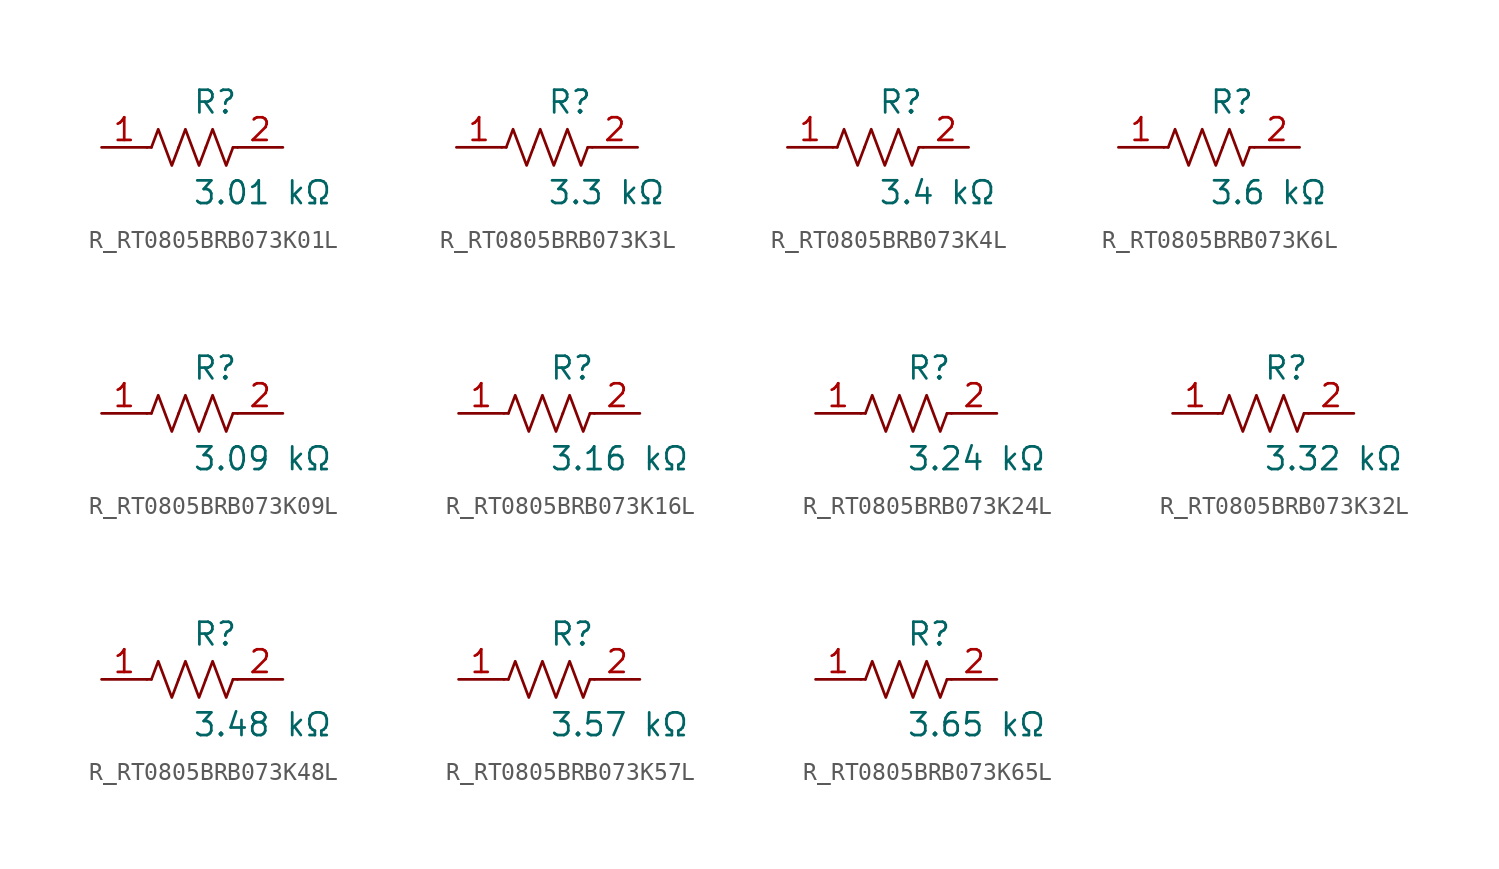
<source format=kicad_sym>
(kicad_symbol_lib
  (version 20231120)
  (generator kicad_symbol_editor)
  (generator_version 8.0)
  (symbol "R_RT0805BRB073K01L"
    (pin_names
      (offset 0.254))
    (property "Reference" "R"
      (at 0 2.54 0)
      (effects (font (size 1.27 1.27)) (justify left)))
    (property "Value" "3.01 kΩ"
      (at 0 -2.54 0)
      (effects (font (size 1.27 1.27)) (justify left)))
    (symbol "R_RT0805BRB073K01L_0_1"
      (polyline (pts (xy 2.286 0) (xy 2.54 0)) (stroke (width 0) (type default)) (fill (type none)))
      (polyline (pts (xy -2.286 0) (xy -2.54 0)) (stroke (width 0) (type default)) (fill (type none)))
      (polyline (pts (xy 0.762 0) (xy 1.143 1.016) (xy 1.524 0) (xy 1.905 -1.016) (xy 2.286 0)) (stroke (width 0) (type default)) (fill (type none)))
      (polyline (pts (xy -0.762 0) (xy -0.381 1.016) (xy 0 0) (xy 0.381 -1.016) (xy 0.762 0)) (stroke (width 0) (type default)) (fill (type none)))
      (polyline (pts (xy -2.286 0) (xy -1.905 1.016) (xy -1.524 0) (xy -1.143 -1.016) (xy -0.762 0)) (stroke (width 0) (type default)) (fill (type none))))
    (pin unspecified line
      (at -5.08 0 0)
      (length 2.54)
      (name "" (effects (font (size 1.27 1.27))))
      (number "1" (effects (font (size 1.27 1.27)))))
    (pin unspecified line
      (at 5.08 0 180)
      (length 2.54)
      (name "" (effects (font (size 1.27 1.27))))
      (number "2" (effects (font (size 1.27 1.27))))))
  (symbol "R_RT0805BRB073K3L"
    (pin_names
      (offset 0.254))
    (property "Reference" "R"
      (at 0 2.54 0)
      (effects (font (size 1.27 1.27)) (justify left)))
    (property "Value" "3.3 kΩ"
      (at 0 -2.54 0)
      (effects (font (size 1.27 1.27)) (justify left)))
    (symbol "R_RT0805BRB073K3L_0_1"
      (polyline (pts (xy 2.286 0) (xy 2.54 0)) (stroke (width 0) (type default)) (fill (type none)))
      (polyline (pts (xy -2.286 0) (xy -2.54 0)) (stroke (width 0) (type default)) (fill (type none)))
      (polyline (pts (xy 0.762 0) (xy 1.143 1.016) (xy 1.524 0) (xy 1.905 -1.016) (xy 2.286 0)) (stroke (width 0) (type default)) (fill (type none)))
      (polyline (pts (xy -0.762 0) (xy -0.381 1.016) (xy 0 0) (xy 0.381 -1.016) (xy 0.762 0)) (stroke (width 0) (type default)) (fill (type none)))
      (polyline (pts (xy -2.286 0) (xy -1.905 1.016) (xy -1.524 0) (xy -1.143 -1.016) (xy -0.762 0)) (stroke (width 0) (type default)) (fill (type none))))
    (pin unspecified line
      (at -5.08 0 0)
      (length 2.54)
      (name "" (effects (font (size 1.27 1.27))))
      (number "1" (effects (font (size 1.27 1.27)))))
    (pin unspecified line
      (at 5.08 0 180)
      (length 2.54)
      (name "" (effects (font (size 1.27 1.27))))
      (number "2" (effects (font (size 1.27 1.27))))))
  (symbol "R_RT0805BRB073K4L"
    (pin_names
      (offset 0.254))
    (property "Reference" "R"
      (at 0 2.54 0)
      (effects (font (size 1.27 1.27)) (justify left)))
    (property "Value" "3.4 kΩ"
      (at 0 -2.54 0)
      (effects (font (size 1.27 1.27)) (justify left)))
    (symbol "R_RT0805BRB073K4L_0_1"
      (polyline (pts (xy 2.286 0) (xy 2.54 0)) (stroke (width 0) (type default)) (fill (type none)))
      (polyline (pts (xy -2.286 0) (xy -2.54 0)) (stroke (width 0) (type default)) (fill (type none)))
      (polyline (pts (xy 0.762 0) (xy 1.143 1.016) (xy 1.524 0) (xy 1.905 -1.016) (xy 2.286 0)) (stroke (width 0) (type default)) (fill (type none)))
      (polyline (pts (xy -0.762 0) (xy -0.381 1.016) (xy 0 0) (xy 0.381 -1.016) (xy 0.762 0)) (stroke (width 0) (type default)) (fill (type none)))
      (polyline (pts (xy -2.286 0) (xy -1.905 1.016) (xy -1.524 0) (xy -1.143 -1.016) (xy -0.762 0)) (stroke (width 0) (type default)) (fill (type none))))
    (pin unspecified line
      (at -5.08 0 0)
      (length 2.54)
      (name "" (effects (font (size 1.27 1.27))))
      (number "1" (effects (font (size 1.27 1.27)))))
    (pin unspecified line
      (at 5.08 0 180)
      (length 2.54)
      (name "" (effects (font (size 1.27 1.27))))
      (number "2" (effects (font (size 1.27 1.27))))))
  (symbol "R_RT0805BRB073K6L"
    (pin_names
      (offset 0.254))
    (property "Reference" "R"
      (at 0 2.54 0)
      (effects (font (size 1.27 1.27)) (justify left)))
    (property "Value" "3.6 kΩ"
      (at 0 -2.54 0)
      (effects (font (size 1.27 1.27)) (justify left)))
    (symbol "R_RT0805BRB073K6L_0_1"
      (polyline (pts (xy 2.286 0) (xy 2.54 0)) (stroke (width 0) (type default)) (fill (type none)))
      (polyline (pts (xy -2.286 0) (xy -2.54 0)) (stroke (width 0) (type default)) (fill (type none)))
      (polyline (pts (xy 0.762 0) (xy 1.143 1.016) (xy 1.524 0) (xy 1.905 -1.016) (xy 2.286 0)) (stroke (width 0) (type default)) (fill (type none)))
      (polyline (pts (xy -0.762 0) (xy -0.381 1.016) (xy 0 0) (xy 0.381 -1.016) (xy 0.762 0)) (stroke (width 0) (type default)) (fill (type none)))
      (polyline (pts (xy -2.286 0) (xy -1.905 1.016) (xy -1.524 0) (xy -1.143 -1.016) (xy -0.762 0)) (stroke (width 0) (type default)) (fill (type none))))
    (pin unspecified line
      (at -5.08 0 0)
      (length 2.54)
      (name "" (effects (font (size 1.27 1.27))))
      (number "1" (effects (font (size 1.27 1.27)))))
    (pin unspecified line
      (at 5.08 0 180)
      (length 2.54)
      (name "" (effects (font (size 1.27 1.27))))
      (number "2" (effects (font (size 1.27 1.27))))))
  (symbol "R_RT0805BRB073K09L"
    (pin_names
      (offset 0.254))
    (property "Reference" "R"
      (at 0 2.54 0)
      (effects (font (size 1.27 1.27)) (justify left)))
    (property "Value" "3.09 kΩ"
      (at 0 -2.54 0)
      (effects (font (size 1.27 1.27)) (justify left)))
    (symbol "R_RT0805BRB073K09L_0_1"
      (polyline (pts (xy 2.286 0) (xy 2.54 0)) (stroke (width 0) (type default)) (fill (type none)))
      (polyline (pts (xy -2.286 0) (xy -2.54 0)) (stroke (width 0) (type default)) (fill (type none)))
      (polyline (pts (xy 0.762 0) (xy 1.143 1.016) (xy 1.524 0) (xy 1.905 -1.016) (xy 2.286 0)) (stroke (width 0) (type default)) (fill (type none)))
      (polyline (pts (xy -0.762 0) (xy -0.381 1.016) (xy 0 0) (xy 0.381 -1.016) (xy 0.762 0)) (stroke (width 0) (type default)) (fill (type none)))
      (polyline (pts (xy -2.286 0) (xy -1.905 1.016) (xy -1.524 0) (xy -1.143 -1.016) (xy -0.762 0)) (stroke (width 0) (type default)) (fill (type none))))
    (pin unspecified line
      (at -5.08 0 0)
      (length 2.54)
      (name "" (effects (font (size 1.27 1.27))))
      (number "1" (effects (font (size 1.27 1.27)))))
    (pin unspecified line
      (at 5.08 0 180)
      (length 2.54)
      (name "" (effects (font (size 1.27 1.27))))
      (number "2" (effects (font (size 1.27 1.27))))))
  (symbol "R_RT0805BRB073K16L"
    (pin_names
      (offset 0.254))
    (property "Reference" "R"
      (at 0 2.54 0)
      (effects (font (size 1.27 1.27)) (justify left)))
    (property "Value" "3.16 kΩ"
      (at 0 -2.54 0)
      (effects (font (size 1.27 1.27)) (justify left)))
    (symbol "R_RT0805BRB073K16L_0_1"
      (polyline (pts (xy 2.286 0) (xy 2.54 0)) (stroke (width 0) (type default)) (fill (type none)))
      (polyline (pts (xy -2.286 0) (xy -2.54 0)) (stroke (width 0) (type default)) (fill (type none)))
      (polyline (pts (xy 0.762 0) (xy 1.143 1.016) (xy 1.524 0) (xy 1.905 -1.016) (xy 2.286 0)) (stroke (width 0) (type default)) (fill (type none)))
      (polyline (pts (xy -0.762 0) (xy -0.381 1.016) (xy 0 0) (xy 0.381 -1.016) (xy 0.762 0)) (stroke (width 0) (type default)) (fill (type none)))
      (polyline (pts (xy -2.286 0) (xy -1.905 1.016) (xy -1.524 0) (xy -1.143 -1.016) (xy -0.762 0)) (stroke (width 0) (type default)) (fill (type none))))
    (pin unspecified line
      (at -5.08 0 0)
      (length 2.54)
      (name "" (effects (font (size 1.27 1.27))))
      (number "1" (effects (font (size 1.27 1.27)))))
    (pin unspecified line
      (at 5.08 0 180)
      (length 2.54)
      (name "" (effects (font (size 1.27 1.27))))
      (number "2" (effects (font (size 1.27 1.27))))))
  (symbol "R_RT0805BRB073K24L"
    (pin_names
      (offset 0.254))
    (property "Reference" "R"
      (at 0 2.54 0)
      (effects (font (size 1.27 1.27)) (justify left)))
    (property "Value" "3.24 kΩ"
      (at 0 -2.54 0)
      (effects (font (size 1.27 1.27)) (justify left)))
    (symbol "R_RT0805BRB073K24L_0_1"
      (polyline (pts (xy 2.286 0) (xy 2.54 0)) (stroke (width 0) (type default)) (fill (type none)))
      (polyline (pts (xy -2.286 0) (xy -2.54 0)) (stroke (width 0) (type default)) (fill (type none)))
      (polyline (pts (xy 0.762 0) (xy 1.143 1.016) (xy 1.524 0) (xy 1.905 -1.016) (xy 2.286 0)) (stroke (width 0) (type default)) (fill (type none)))
      (polyline (pts (xy -0.762 0) (xy -0.381 1.016) (xy 0 0) (xy 0.381 -1.016) (xy 0.762 0)) (stroke (width 0) (type default)) (fill (type none)))
      (polyline (pts (xy -2.286 0) (xy -1.905 1.016) (xy -1.524 0) (xy -1.143 -1.016) (xy -0.762 0)) (stroke (width 0) (type default)) (fill (type none))))
    (pin unspecified line
      (at -5.08 0 0)
      (length 2.54)
      (name "" (effects (font (size 1.27 1.27))))
      (number "1" (effects (font (size 1.27 1.27)))))
    (pin unspecified line
      (at 5.08 0 180)
      (length 2.54)
      (name "" (effects (font (size 1.27 1.27))))
      (number "2" (effects (font (size 1.27 1.27))))))
  (symbol "R_RT0805BRB073K32L"
    (pin_names
      (offset 0.254))
    (property "Reference" "R"
      (at 0 2.54 0)
      (effects (font (size 1.27 1.27)) (justify left)))
    (property "Value" "3.32 kΩ"
      (at 0 -2.54 0)
      (effects (font (size 1.27 1.27)) (justify left)))
    (symbol "R_RT0805BRB073K32L_0_1"
      (polyline (pts (xy 2.286 0) (xy 2.54 0)) (stroke (width 0) (type default)) (fill (type none)))
      (polyline (pts (xy -2.286 0) (xy -2.54 0)) (stroke (width 0) (type default)) (fill (type none)))
      (polyline (pts (xy 0.762 0) (xy 1.143 1.016) (xy 1.524 0) (xy 1.905 -1.016) (xy 2.286 0)) (stroke (width 0) (type default)) (fill (type none)))
      (polyline (pts (xy -0.762 0) (xy -0.381 1.016) (xy 0 0) (xy 0.381 -1.016) (xy 0.762 0)) (stroke (width 0) (type default)) (fill (type none)))
      (polyline (pts (xy -2.286 0) (xy -1.905 1.016) (xy -1.524 0) (xy -1.143 -1.016) (xy -0.762 0)) (stroke (width 0) (type default)) (fill (type none))))
    (pin unspecified line
      (at -5.08 0 0)
      (length 2.54)
      (name "" (effects (font (size 1.27 1.27))))
      (number "1" (effects (font (size 1.27 1.27)))))
    (pin unspecified line
      (at 5.08 0 180)
      (length 2.54)
      (name "" (effects (font (size 1.27 1.27))))
      (number "2" (effects (font (size 1.27 1.27))))))
  (symbol "R_RT0805BRB073K48L"
    (pin_names
      (offset 0.254))
    (property "Reference" "R"
      (at 0 2.54 0)
      (effects (font (size 1.27 1.27)) (justify left)))
    (property "Value" "3.48 kΩ"
      (at 0 -2.54 0)
      (effects (font (size 1.27 1.27)) (justify left)))
    (symbol "R_RT0805BRB073K48L_0_1"
      (polyline (pts (xy 2.286 0) (xy 2.54 0)) (stroke (width 0) (type default)) (fill (type none)))
      (polyline (pts (xy -2.286 0) (xy -2.54 0)) (stroke (width 0) (type default)) (fill (type none)))
      (polyline (pts (xy 0.762 0) (xy 1.143 1.016) (xy 1.524 0) (xy 1.905 -1.016) (xy 2.286 0)) (stroke (width 0) (type default)) (fill (type none)))
      (polyline (pts (xy -0.762 0) (xy -0.381 1.016) (xy 0 0) (xy 0.381 -1.016) (xy 0.762 0)) (stroke (width 0) (type default)) (fill (type none)))
      (polyline (pts (xy -2.286 0) (xy -1.905 1.016) (xy -1.524 0) (xy -1.143 -1.016) (xy -0.762 0)) (stroke (width 0) (type default)) (fill (type none))))
    (pin unspecified line
      (at -5.08 0 0)
      (length 2.54)
      (name "" (effects (font (size 1.27 1.27))))
      (number "1" (effects (font (size 1.27 1.27)))))
    (pin unspecified line
      (at 5.08 0 180)
      (length 2.54)
      (name "" (effects (font (size 1.27 1.27))))
      (number "2" (effects (font (size 1.27 1.27))))))
  (symbol "R_RT0805BRB073K57L"
    (pin_names
      (offset 0.254))
    (property "Reference" "R"
      (at 0 2.54 0)
      (effects (font (size 1.27 1.27)) (justify left)))
    (property "Value" "3.57 kΩ"
      (at 0 -2.54 0)
      (effects (font (size 1.27 1.27)) (justify left)))
    (symbol "R_RT0805BRB073K57L_0_1"
      (polyline (pts (xy 2.286 0) (xy 2.54 0)) (stroke (width 0) (type default)) (fill (type none)))
      (polyline (pts (xy -2.286 0) (xy -2.54 0)) (stroke (width 0) (type default)) (fill (type none)))
      (polyline (pts (xy 0.762 0) (xy 1.143 1.016) (xy 1.524 0) (xy 1.905 -1.016) (xy 2.286 0)) (stroke (width 0) (type default)) (fill (type none)))
      (polyline (pts (xy -0.762 0) (xy -0.381 1.016) (xy 0 0) (xy 0.381 -1.016) (xy 0.762 0)) (stroke (width 0) (type default)) (fill (type none)))
      (polyline (pts (xy -2.286 0) (xy -1.905 1.016) (xy -1.524 0) (xy -1.143 -1.016) (xy -0.762 0)) (stroke (width 0) (type default)) (fill (type none))))
    (pin unspecified line
      (at -5.08 0 0)
      (length 2.54)
      (name "" (effects (font (size 1.27 1.27))))
      (number "1" (effects (font (size 1.27 1.27)))))
    (pin unspecified line
      (at 5.08 0 180)
      (length 2.54)
      (name "" (effects (font (size 1.27 1.27))))
      (number "2" (effects (font (size 1.27 1.27))))))
  (symbol "R_RT0805BRB073K65L"
    (pin_names
      (offset 0.254))
    (property "Reference" "R"
      (at 0 2.54 0)
      (effects (font (size 1.27 1.27)) (justify left)))
    (property "Value" "3.65 kΩ"
      (at 0 -2.54 0)
      (effects (font (size 1.27 1.27)) (justify left)))
    (symbol "R_RT0805BRB073K65L_0_1"
      (polyline (pts (xy 2.286 0) (xy 2.54 0)) (stroke (width 0) (type default)) (fill (type none)))
      (polyline (pts (xy -2.286 0) (xy -2.54 0)) (stroke (width 0) (type default)) (fill (type none)))
      (polyline (pts (xy 0.762 0) (xy 1.143 1.016) (xy 1.524 0) (xy 1.905 -1.016) (xy 2.286 0)) (stroke (width 0) (type default)) (fill (type none)))
      (polyline (pts (xy -0.762 0) (xy -0.381 1.016) (xy 0 0) (xy 0.381 -1.016) (xy 0.762 0)) (stroke (width 0) (type default)) (fill (type none)))
      (polyline (pts (xy -2.286 0) (xy -1.905 1.016) (xy -1.524 0) (xy -1.143 -1.016) (xy -0.762 0)) (stroke (width 0) (type default)) (fill (type none))))
    (pin unspecified line
      (at -5.08 0 0)
      (length 2.54)
      (name "" (effects (font (size 1.27 1.27))))
      (number "1" (effects (font (size 1.27 1.27)))))
    (pin unspecified line
      (at 5.08 0 180)
      (length 2.54)
      (name "" (effects (font (size 1.27 1.27))))
      (number "2" (effects (font (size 1.27 1.27)))))))
</source>
